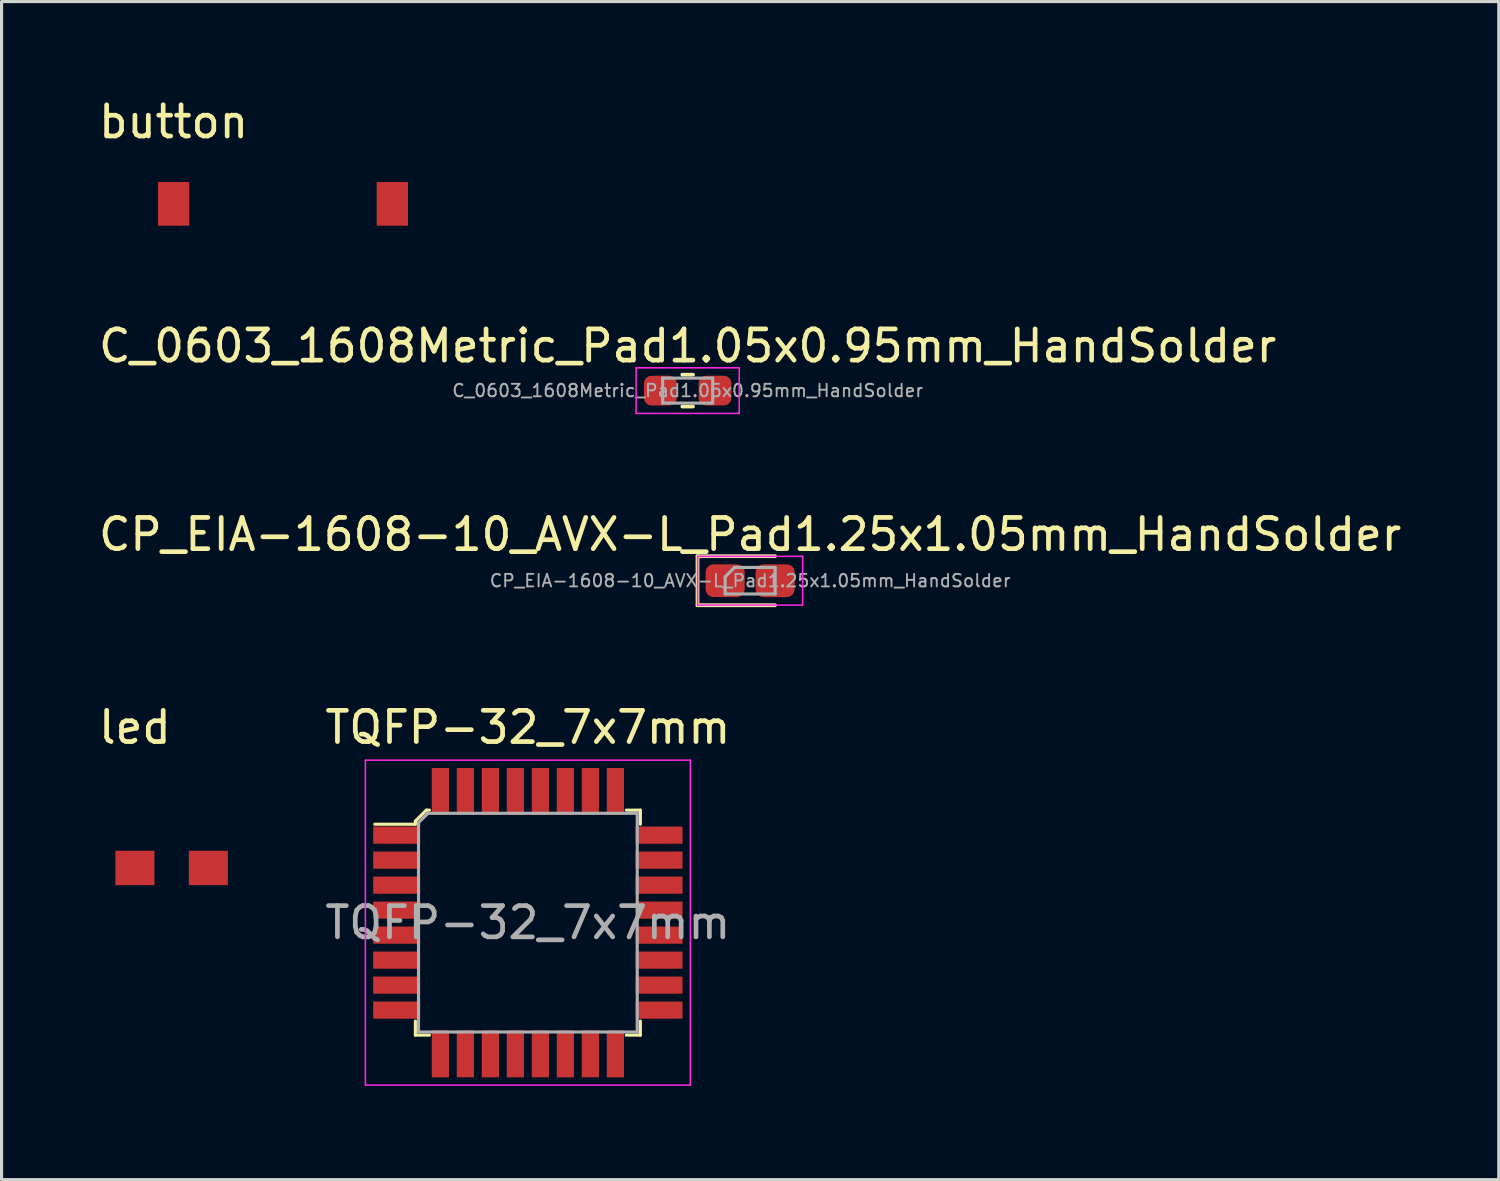
<source format=kicad_pcb>
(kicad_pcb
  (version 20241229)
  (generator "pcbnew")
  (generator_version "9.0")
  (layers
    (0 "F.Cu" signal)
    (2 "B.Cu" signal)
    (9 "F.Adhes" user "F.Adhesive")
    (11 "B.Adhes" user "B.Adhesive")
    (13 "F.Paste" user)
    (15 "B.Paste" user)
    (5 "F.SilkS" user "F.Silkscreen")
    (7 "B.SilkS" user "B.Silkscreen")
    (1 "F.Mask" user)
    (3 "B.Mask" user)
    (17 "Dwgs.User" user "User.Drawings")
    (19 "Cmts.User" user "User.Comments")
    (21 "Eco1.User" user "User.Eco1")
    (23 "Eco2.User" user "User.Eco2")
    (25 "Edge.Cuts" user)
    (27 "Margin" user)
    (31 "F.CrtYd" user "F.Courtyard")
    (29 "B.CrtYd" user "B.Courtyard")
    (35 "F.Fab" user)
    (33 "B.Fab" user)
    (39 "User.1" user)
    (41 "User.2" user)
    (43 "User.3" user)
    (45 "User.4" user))
  (footprint "button"
    (layer "F.Cu")
    (at 2.506 3.473)
    (property "Reference" "button" (at 0 -2.625 0) (layer "F.SilkS") (effects (font (size 1 1) (thickness 0.15))))
    (attr through_hole)
    (pad "1" smd rect (at 0 0) (size 1 1.4) (layers "F.Cu" "F.Mask" "F.Paste"))
    (pad "2" smd rect (at 7 0) (size 1 1.4) (layers "F.Cu" "F.Mask" "F.Paste")))
  (footprint "CP_EIA-1608-10_AVX-L_Pad1.25x1.05mm_HandSolder"
    (layer "F.Cu")
    (at 20.958 15.535)
    (property "Reference" "CP_EIA-1608-10_AVX-L_Pad1.25x1.05mm_HandSolder" (at 0 -1.48 0) (layer "F.SilkS") (effects (font (size 1 1) (thickness 0.15))))
    (attr smd)
    (fp_line (start -1.685 -0.785) (end -1.685 0.785) (stroke (width 0.12) (type solid)) (layer "F.SilkS"))
    (fp_line (start -1.685 0.785) (end 0.8 0.785) (stroke (width 0.12) (type solid)) (layer "F.SilkS"))
    (fp_line (start 0.8 -0.785) (end -1.685 -0.785) (stroke (width 0.12) (type solid)) (layer "F.SilkS"))
    (fp_line (start -1.68 -0.78) (end 1.68 -0.78) (stroke (width 0.05) (type solid)) (layer "F.CrtYd"))
    (fp_line (start -1.68 0.78) (end -1.68 -0.78) (stroke (width 0.05) (type solid)) (layer "F.CrtYd"))
    (fp_line (start 1.68 -0.78) (end 1.68 0.78) (stroke (width 0.05) (type solid)) (layer "F.CrtYd"))
    (fp_line (start 1.68 0.78) (end -1.68 0.78) (stroke (width 0.05) (type solid)) (layer "F.CrtYd"))
    (fp_line (start -0.8 -0.125) (end -0.8 0.425) (stroke (width 0.1) (type solid)) (layer "F.Fab"))
    (fp_line (start -0.8 0.425) (end 0.8 0.425) (stroke (width 0.1) (type solid)) (layer "F.Fab"))
    (fp_line (start -0.5 -0.425) (end -0.8 -0.125) (stroke (width 0.1) (type solid)) (layer "F.Fab"))
    (fp_line (start 0.8 -0.425) (end -0.5 -0.425) (stroke (width 0.1) (type solid)) (layer "F.Fab"))
    (fp_line (start 0.8 0.425) (end 0.8 -0.425) (stroke (width 0.1) (type solid)) (layer "F.Fab"))
    (fp_text user "${REFERENCE}" (at 0 0 0) (layer "F.Fab") (effects (font (size 0.4 0.4) (thickness 0.06))))
    (pad "1" smd roundrect (at -0.8 0) (size 1.25 1.05) (layers "F.Cu" "F.Mask" "F.Paste") (roundrect_rratio 0.238))
    (pad "2" smd roundrect (at 0.8 0) (size 1.25 1.05) (layers "F.Cu" "F.Mask" "F.Paste") (roundrect_rratio 0.238)))
  (footprint "led"
    (layer "F.Cu")
    (at 1.268 24.728)
    (property "Reference" "led" (at 0 -4.5 0) (layer "F.SilkS") (effects (font (size 1 1) (thickness 0.15))))
    (attr through_hole)
    (pad "1" smd rect (at 0 0 90) (size 1.1 1.25) (layers "F.Cu" "F.Mask" "F.Paste"))
    (pad "2" smd rect (at 2.35 0 90) (size 1.1 1.25) (layers "F.Cu" "F.Mask" "F.Paste")))
  (footprint "C_0603_1608Metric_Pad1.05x0.95mm_HandSolder"
    (layer "F.Cu")
    (at 18.958 9.451)
    (property "Reference" "C_0603_1608Metric_Pad1.05x0.95mm_HandSolder" (at 0 -1.43 0) (layer "F.SilkS") (effects (font (size 1 1) (thickness 0.15))))
    (attr smd)
    (fp_line (start -0.171 -0.51) (end 0.171 -0.51) (stroke (width 0.12) (type solid)) (layer "F.SilkS"))
    (fp_line (start -0.171 0.51) (end 0.171 0.51) (stroke (width 0.12) (type solid)) (layer "F.SilkS"))
    (fp_line (start -1.65 -0.73) (end 1.65 -0.73) (stroke (width 0.05) (type solid)) (layer "F.CrtYd"))
    (fp_line (start -1.65 0.73) (end -1.65 -0.73) (stroke (width 0.05) (type solid)) (layer "F.CrtYd"))
    (fp_line (start 1.65 -0.73) (end 1.65 0.73) (stroke (width 0.05) (type solid)) (layer "F.CrtYd"))
    (fp_line (start 1.65 0.73) (end -1.65 0.73) (stroke (width 0.05) (type solid)) (layer "F.CrtYd"))
    (fp_line (start -0.8 -0.4) (end 0.8 -0.4) (stroke (width 0.1) (type solid)) (layer "F.Fab"))
    (fp_line (start -0.8 0.4) (end -0.8 -0.4) (stroke (width 0.1) (type solid)) (layer "F.Fab"))
    (fp_line (start 0.8 -0.4) (end 0.8 0.4) (stroke (width 0.1) (type solid)) (layer "F.Fab"))
    (fp_line (start 0.8 0.4) (end -0.8 0.4) (stroke (width 0.1) (type solid)) (layer "F.Fab"))
    (fp_text user "${REFERENCE}" (at 0 0 0) (layer "F.Fab") (effects (font (size 0.4 0.4) (thickness 0.06))))
    (pad "1" smd roundrect (at -0.875 0) (size 1.05 0.95) (layers "F.Cu" "F.Mask" "F.Paste") (roundrect_rratio 0.25))
    (pad "2" smd roundrect (at 0.875 0) (size 1.05 0.95) (layers "F.Cu" "F.Mask" "F.Paste") (roundrect_rratio 0.25)))
  (footprint "TQFP-32_7x7mm"
    (layer "F.Cu")
    (at 13.844 26.478)
    (property "Reference" "TQFP-32_7x7mm" (at 0 -6.25 0) (layer "F.SilkS") (effects (font (size 1 1) (thickness 0.15))))
    (attr smd)
    (fp_line (start -3.6 -3.25) (end -3.6 -3.15) (stroke (width 0.1) (type solid)) (layer "F.SilkS"))
    (fp_line (start -3.6 -3.15) (end -4.9 -3.15) (stroke (width 0.1) (type solid)) (layer "F.SilkS"))
    (fp_line (start -3.6 3.6) (end -3.6 3.15) (stroke (width 0.1) (type solid)) (layer "F.SilkS"))
    (fp_line (start -3.6 3.6) (end -3.15 3.6) (stroke (width 0.1) (type solid)) (layer "F.SilkS"))
    (fp_line (start -3.25 -3.6) (end -3.6 -3.25) (stroke (width 0.1) (type solid)) (layer "F.SilkS"))
    (fp_line (start -3.15 -3.6) (end -3.25 -3.6) (stroke (width 0.1) (type solid)) (layer "F.SilkS"))
    (fp_line (start 3.6 -3.6) (end 3.15 -3.6) (stroke (width 0.1) (type solid)) (layer "F.SilkS"))
    (fp_line (start 3.6 -3.6) (end 3.6 -3.15) (stroke (width 0.1) (type solid)) (layer "F.SilkS"))
    (fp_line (start 3.6 3.6) (end 3.15 3.6) (stroke (width 0.1) (type solid)) (layer "F.SilkS"))
    (fp_line (start 3.6 3.6) (end 3.6 3.15) (stroke (width 0.1) (type solid)) (layer "F.SilkS"))
    (fp_line (start -5.2 -5.2) (end -5.2 5.2) (stroke (width 0.05) (type solid)) (layer "F.CrtYd"))
    (fp_line (start -5.2 -5.2) (end 5.2 -5.2) (stroke (width 0.05) (type solid)) (layer "F.CrtYd"))
    (fp_line (start -5.2 5.2) (end 5.2 5.2) (stroke (width 0.05) (type solid)) (layer "F.CrtYd"))
    (fp_line (start 5.2 -5.2) (end 5.2 5.2) (stroke (width 0.05) (type solid)) (layer "F.CrtYd"))
    (fp_line (start -3.5 -3.2) (end -3.5 3.5) (stroke (width 0.1) (type solid)) (layer "F.Fab"))
    (fp_line (start -3.5 -3.2) (end -3.2 -3.5) (stroke (width 0.1) (type solid)) (layer "F.Fab"))
    (fp_line (start -3.5 3.5) (end 3.5 3.5) (stroke (width 0.1) (type solid)) (layer "F.Fab"))
    (fp_line (start -3.2 -3.5) (end 3.5 -3.5) (stroke (width 0.1) (type solid)) (layer "F.Fab"))
    (fp_line (start 3.5 -3.5) (end 3.5 3.5) (stroke (width 0.1) (type solid)) (layer "F.Fab"))
    (fp_text user "${REFERENCE}" (at 0 0 0) (layer "F.Fab") (effects (font (size 1 1) (thickness 0.15))))
    (pad "1" smd rect (at -4.2 -2.8) (size 1.5 0.55) (layers "F.Cu" "F.Mask" "F.Paste"))
    (pad "2" smd rect (at -4.2 -2) (size 1.5 0.55) (layers "F.Cu" "F.Mask" "F.Paste"))
    (pad "3" smd rect (at -4.2 -1.2) (size 1.5 0.55) (layers "F.Cu" "F.Mask" "F.Paste"))
    (pad "4" smd rect (at -4.2 -0.4) (size 1.5 0.55) (layers "F.Cu" "F.Mask" "F.Paste"))
    (pad "5" smd rect (at -4.2 0.4) (size 1.5 0.55) (layers "F.Cu" "F.Mask" "F.Paste"))
    (pad "6" smd rect (at -4.2 1.2) (size 1.5 0.55) (layers "F.Cu" "F.Mask" "F.Paste"))
    (pad "7" smd rect (at -4.2 2) (size 1.5 0.55) (layers "F.Cu" "F.Mask" "F.Paste"))
    (pad "8" smd rect (at -4.2 2.8) (size 1.5 0.55) (layers "F.Cu" "F.Mask" "F.Paste"))
    (pad "9" smd rect (at -2.8 4.2) (size 0.55 1.5) (layers "F.Cu" "F.Mask" "F.Paste"))
    (pad "10" smd rect (at -2 4.2) (size 0.55 1.5) (layers "F.Cu" "F.Mask" "F.Paste"))
    (pad "11" smd rect (at -1.2 4.2) (size 0.55 1.5) (layers "F.Cu" "F.Mask" "F.Paste"))
    (pad "12" smd rect (at -0.4 4.2) (size 0.55 1.5) (layers "F.Cu" "F.Mask" "F.Paste"))
    (pad "13" smd rect (at 0.4 4.2) (size 0.55 1.5) (layers "F.Cu" "F.Mask" "F.Paste"))
    (pad "14" smd rect (at 1.2 4.2) (size 0.55 1.5) (layers "F.Cu" "F.Mask" "F.Paste"))
    (pad "15" smd rect (at 2 4.2) (size 0.55 1.5) (layers "F.Cu" "F.Mask" "F.Paste"))
    (pad "16" smd rect (at 2.8 4.2) (size 0.55 1.5) (layers "F.Cu" "F.Mask" "F.Paste"))
    (pad "17" smd rect (at 4.2 2.8) (size 1.5 0.55) (layers "F.Cu" "F.Mask" "F.Paste"))
    (pad "18" smd rect (at 4.2 2) (size 1.5 0.55) (layers "F.Cu" "F.Mask" "F.Paste"))
    (pad "19" smd rect (at 4.2 1.2) (size 1.5 0.55) (layers "F.Cu" "F.Mask" "F.Paste"))
    (pad "20" smd rect (at 4.2 0.4) (size 1.5 0.55) (layers "F.Cu" "F.Mask" "F.Paste"))
    (pad "21" smd rect (at 4.2 -0.4) (size 1.5 0.55) (layers "F.Cu" "F.Mask" "F.Paste"))
    (pad "22" smd rect (at 4.2 -1.2) (size 1.5 0.55) (layers "F.Cu" "F.Mask" "F.Paste"))
    (pad "23" smd rect (at 4.2 -2) (size 1.5 0.55) (layers "F.Cu" "F.Mask" "F.Paste"))
    (pad "24" smd rect (at 4.2 -2.8) (size 1.5 0.55) (layers "F.Cu" "F.Mask" "F.Paste"))
    (pad "25" smd rect (at 2.8 -4.2) (size 0.55 1.5) (layers "F.Cu" "F.Mask" "F.Paste"))
    (pad "26" smd rect (at 2 -4.2) (size 0.55 1.5) (layers "F.Cu" "F.Mask" "F.Paste"))
    (pad "27" smd rect (at 1.2 -4.2) (size 0.55 1.5) (layers "F.Cu" "F.Mask" "F.Paste"))
    (pad "28" smd rect (at 0.4 -4.2) (size 0.55 1.5) (layers "F.Cu" "F.Mask" "F.Paste"))
    (pad "29" smd rect (at -0.4 -4.2) (size 0.55 1.5) (layers "F.Cu" "F.Mask" "F.Paste"))
    (pad "30" smd rect (at -1.2 -4.2) (size 0.55 1.5) (layers "F.Cu" "F.Mask" "F.Paste"))
    (pad "31" smd rect (at -2 -4.2) (size 0.55 1.5) (layers "F.Cu" "F.Mask" "F.Paste"))
    (pad "32" smd rect (at -2.8 -4.2) (size 0.55 1.5) (layers "F.Cu" "F.Mask" "F.Paste")))
  (gr_rect
    (start -3 -3)
    (end 44.917 34.703)
    (stroke (width 0.1) (type default))
    (fill no)
    (layer "Edge.Cuts")))
</source>
